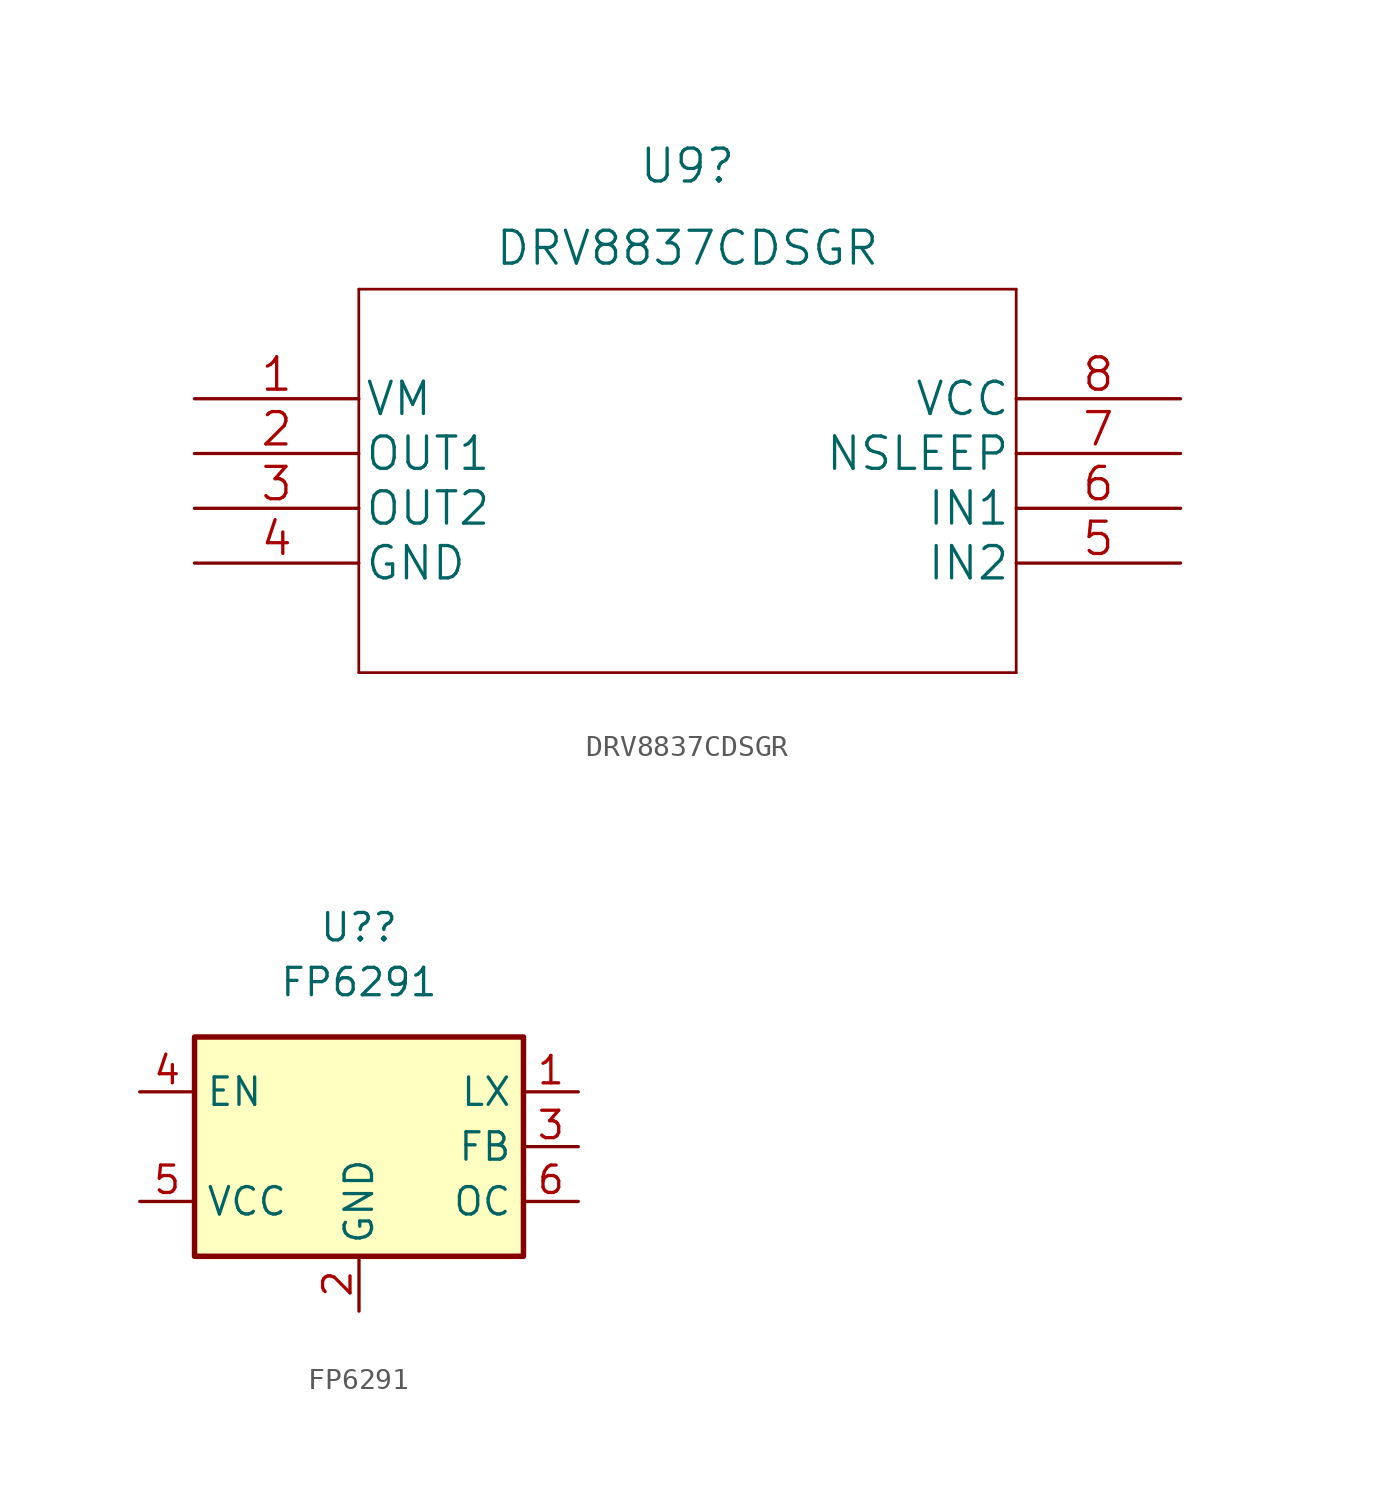
<source format=kicad_sym>
(kicad_symbol_lib
  (version 20211014)
  (generator kicad_symbol_editor)
  (symbol "DRV8837CDSGR"
    (pin_names
      (offset 0.254))
    (property "Reference" "U9"
      (at 22.86 10.795 0)
      (effects (font (size 1.524 1.524))))
    (property "Value" "DRV8837CDSGR"
      (at 22.86 6.985 0)
      (effects (font (size 1.524 1.524))))
    (property "Datasheet" ""
      (at 0 0 0)
      (effects (font (size 1.524 1.524))))
    (property "ki_locked" ""
      (at 0 0 0)
      (effects (font (size 1.27 1.27))))
    (symbol "DRV8837CDSGR_1_1"
      (polyline (pts (xy 7.62 -12.7) (xy 38.1 -12.7)) (stroke (width 0.127) (type default) (color 0 0 0 0)) (fill (type none)))
      (polyline (pts (xy 7.62 5.08) (xy 7.62 -12.7)) (stroke (width 0.127) (type default) (color 0 0 0 0)) (fill (type none)))
      (polyline (pts (xy 38.1 -12.7) (xy 38.1 5.08)) (stroke (width 0.127) (type default) (color 0 0 0 0)) (fill (type none)))
      (polyline (pts (xy 38.1 5.08) (xy 7.62 5.08)) (stroke (width 0.127) (type default) (color 0 0 0 0)) (fill (type none)))
      (pin input line (at 0 0 0) (length 7.62) (name "VM" (effects (font (size 1.499 1.499)))) (number "1" (effects (font (size 1.499 1.499)))))
      (pin output line (at 0 -2.54 0) (length 7.62) (name "OUT1" (effects (font (size 1.499 1.499)))) (number "2" (effects (font (size 1.499 1.499)))))
      (pin output line (at 0 -5.08 0) (length 7.62) (name "OUT2" (effects (font (size 1.499 1.499)))) (number "3" (effects (font (size 1.499 1.499)))))
      (pin power_in line (at 0 -7.62 0) (length 7.62) (name "GND" (effects (font (size 1.499 1.499)))) (number "4" (effects (font (size 1.499 1.499)))))
      (pin input line (at 45.72 -7.62 180) (length 7.62) (name "IN2" (effects (font (size 1.499 1.499)))) (number "5" (effects (font (size 1.499 1.499)))))
      (pin input line (at 45.72 -5.08 180) (length 7.62) (name "IN1" (effects (font (size 1.499 1.499)))) (number "6" (effects (font (size 1.499 1.499)))))
      (pin input line (at 45.72 -2.54 180) (length 7.62) (name "NSLEEP" (effects (font (size 1.499 1.499)))) (number "7" (effects (font (size 1.499 1.499)))))
      (pin power_in line (at 45.72 0 180) (length 7.62) (name "VCC" (effects (font (size 1.499 1.499)))) (number "8" (effects (font (size 1.499 1.499)))))))
  (symbol "FP6291"
    (property "Reference" "U?"
      (at 0 10.16 0)
      (effects (font (size 1.27 1.27))))
    (property "Value" "FP6291"
      (at 0 7.62 0)
      (effects (font (size 1.27 1.27))))
    (symbol "FP6291_0_1"
      (rectangle (start -7.62 5.08) (end 7.62 -5.08) (stroke (width 0.254) (type default) (color 0 0 0 0)) (fill (type background))))
    (symbol "FP6291_1_1"
      (pin power_out line (at 10.16 2.54 180) (length 2.54) (name "LX" (effects (font (size 1.27 1.27)))) (number "1" (effects (font (size 1.27 1.27)))))
      (pin power_in line (at 0 -7.62 90) (length 2.54) (name "GND" (effects (font (size 1.27 1.27)))) (number "2" (effects (font (size 1.27 1.27)))))
      (pin output line (at 10.16 0 180) (length 2.54) (name "FB" (effects (font (size 1.27 1.27)))) (number "3" (effects (font (size 1.27 1.27)))))
      (pin input line (at -10.16 2.54 0) (length 2.54) (name "EN" (effects (font (size 1.27 1.27)))) (number "4" (effects (font (size 1.27 1.27)))))
      (pin power_in line (at -10.16 -2.54 0) (length 2.54) (name "VCC" (effects (font (size 1.27 1.27)))) (number "5" (effects (font (size 1.27 1.27)))))
      (pin output line (at 10.16 -2.54 180) (length 2.54) (name "OC" (effects (font (size 1.27 1.27)))) (number "6" (effects (font (size 1.27 1.27))))))))
</source>
